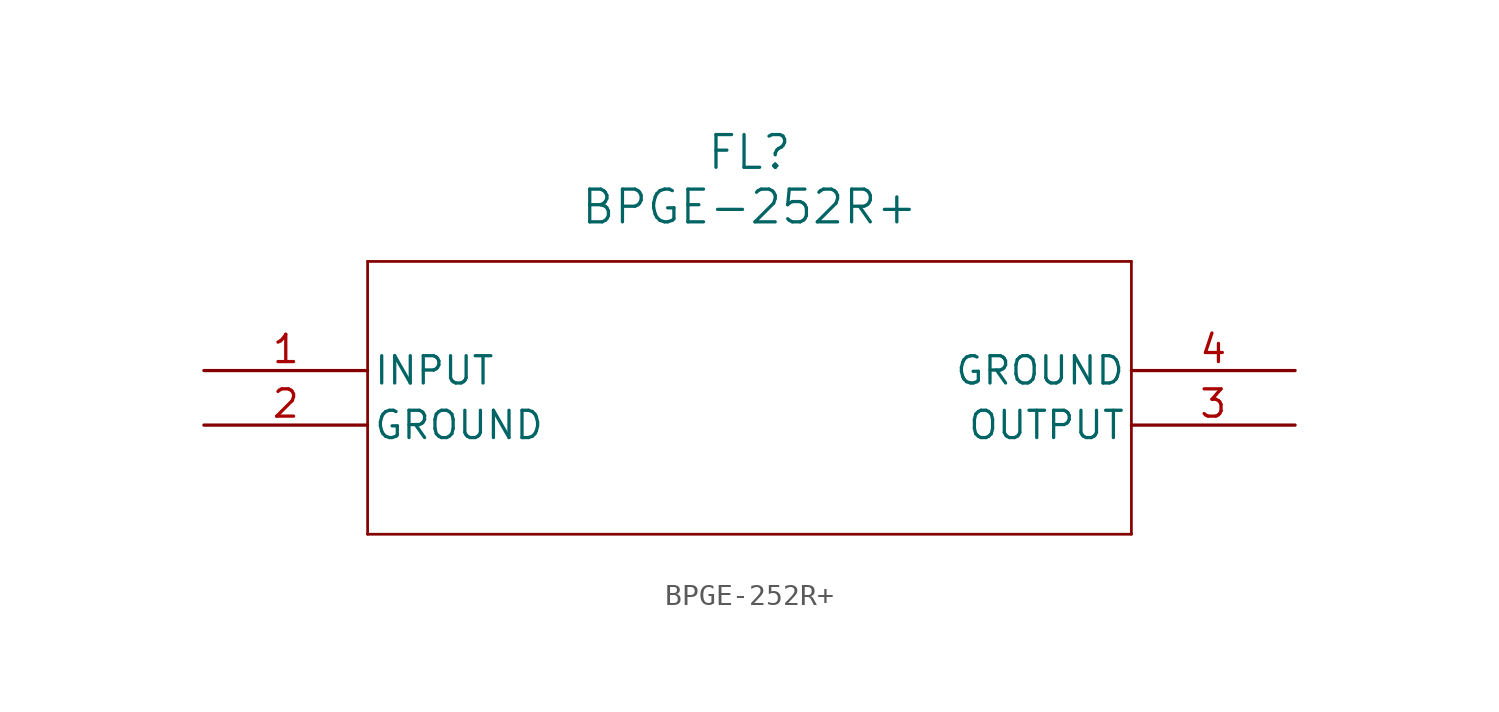
<source format=kicad_sym>
(kicad_symbol_lib
  (version 20211014)
  (generator kicad_symbol_editor)
  (symbol "BPGE-252R+"
    (pin_names
      (offset 0.254))
    (property "Reference" "FL"
      (at 25.4 10.16 0)
      (effects (font (size 1.524 1.524))))
    (property "Value" "BPGE-252R+"
      (at 25.4 7.62 0)
      (effects (font (size 1.524 1.524))))
    (symbol "BPGE-252R+_0_1"
      (polyline (pts (xy 7.62 5.08) (xy 7.62 -7.62)) (stroke (width 0.127) (type default) (color 0 0 0 0)) (fill (type none)))
      (polyline (pts (xy 7.62 -7.62) (xy 43.18 -7.62)) (stroke (width 0.127) (type default) (color 0 0 0 0)) (fill (type none)))
      (polyline (pts (xy 43.18 -7.62) (xy 43.18 5.08)) (stroke (width 0.127) (type default) (color 0 0 0 0)) (fill (type none)))
      (polyline (pts (xy 43.18 5.08) (xy 7.62 5.08)) (stroke (width 0.127) (type default) (color 0 0 0 0)) (fill (type none)))
      (pin input line (at 0 0 0) (length 7.62) (name "INPUT" (effects (font (size 1.27 1.27)))) (number "1" (effects (font (size 1.27 1.27)))))
      (pin power_out line (at 0 -2.54 0) (length 7.62) (name "GROUND" (effects (font (size 1.27 1.27)))) (number "2" (effects (font (size 1.27 1.27)))))
      (pin output line (at 50.8 -2.54 180) (length 7.62) (name "OUTPUT" (effects (font (size 1.27 1.27)))) (number "3" (effects (font (size 1.27 1.27)))))
      (pin power_out line (at 50.8 0 180) (length 7.62) (name "GROUND" (effects (font (size 1.27 1.27)))) (number "4" (effects (font (size 1.27 1.27))))))))
</source>
